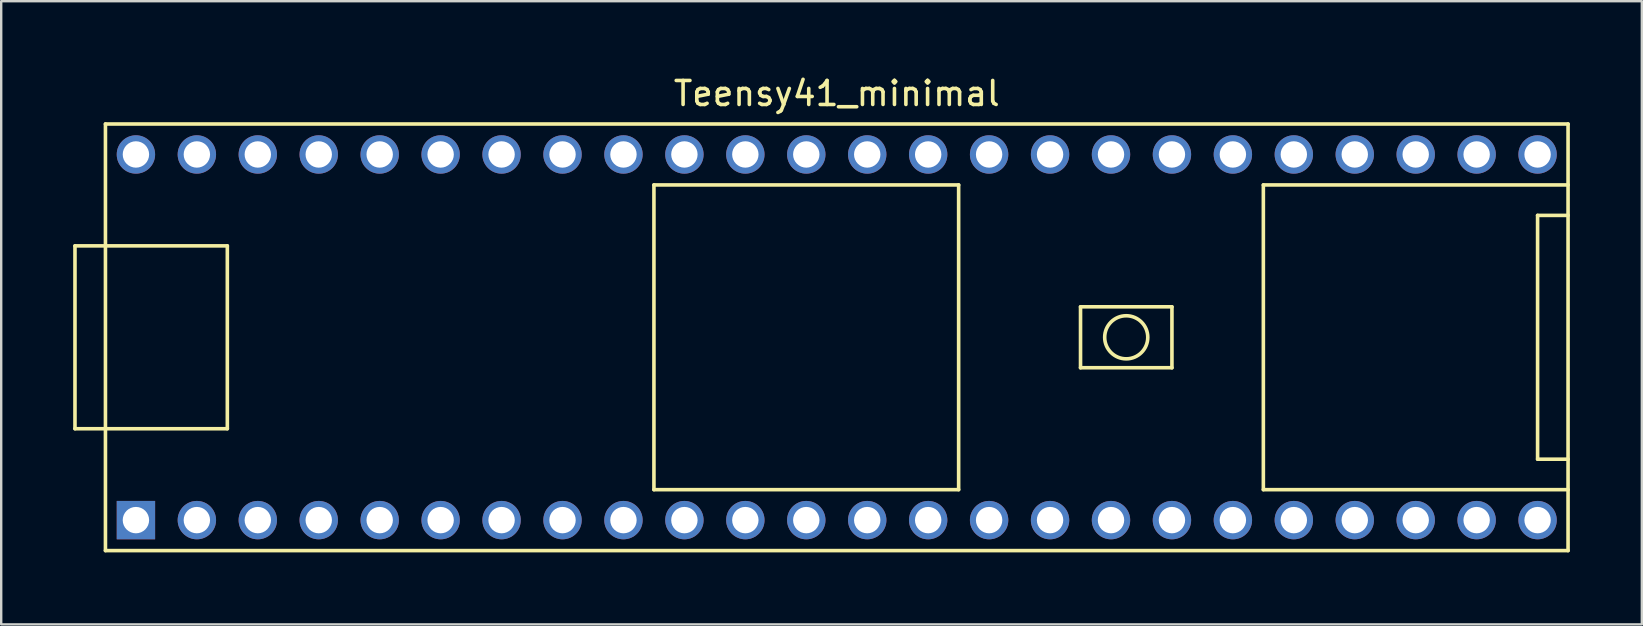
<source format=kicad_pcb>
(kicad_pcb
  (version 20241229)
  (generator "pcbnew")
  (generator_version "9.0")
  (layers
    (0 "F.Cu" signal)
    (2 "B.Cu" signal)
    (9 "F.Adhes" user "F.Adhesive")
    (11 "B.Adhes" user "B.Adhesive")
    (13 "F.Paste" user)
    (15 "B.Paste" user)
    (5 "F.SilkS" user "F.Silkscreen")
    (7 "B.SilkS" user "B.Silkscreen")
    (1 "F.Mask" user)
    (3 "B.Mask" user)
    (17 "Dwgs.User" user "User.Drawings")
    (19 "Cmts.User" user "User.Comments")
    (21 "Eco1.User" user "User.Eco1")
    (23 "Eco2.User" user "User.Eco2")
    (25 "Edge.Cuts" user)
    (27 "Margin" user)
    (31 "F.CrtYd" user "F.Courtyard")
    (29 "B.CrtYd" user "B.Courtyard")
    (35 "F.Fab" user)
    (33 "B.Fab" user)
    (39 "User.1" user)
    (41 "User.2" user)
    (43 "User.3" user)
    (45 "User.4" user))
  (footprint "Teensy41_minimal"
    (layer "F.Cu")
    (at 31.825 11.008)
    (property "Reference" "Teensy41_minimal" (at 0 -10.16 0) (layer "F.SilkS") (effects (font (size 1 1) (thickness 0.15))))
    (attr through_hole)
    (fp_line (start -31.75 -3.81) (end -30.48 -3.81) (stroke (width 0.15) (type solid)) (layer "F.SilkS"))
    (fp_line (start -31.75 3.81) (end -31.75 -3.81) (stroke (width 0.15) (type solid)) (layer "F.SilkS"))
    (fp_line (start -30.48 -8.89) (end 30.48 -8.89) (stroke (width 0.15) (type solid)) (layer "F.SilkS"))
    (fp_line (start -30.48 3.81) (end -31.75 3.81) (stroke (width 0.15) (type solid)) (layer "F.SilkS"))
    (fp_line (start -30.48 8.89) (end -30.48 -8.89) (stroke (width 0.15) (type solid)) (layer "F.SilkS"))
    (fp_line (start -25.4 -3.81) (end -30.48 -3.81) (stroke (width 0.15) (type solid)) (layer "F.SilkS"))
    (fp_line (start -25.4 3.81) (end -30.48 3.81) (stroke (width 0.15) (type solid)) (layer "F.SilkS"))
    (fp_line (start -25.4 3.81) (end -25.4 -3.81) (stroke (width 0.15) (type solid)) (layer "F.SilkS"))
    (fp_line (start -7.62 -6.35) (end -7.62 6.35) (stroke (width 0.15) (type solid)) (layer "F.SilkS"))
    (fp_line (start -7.62 6.35) (end 5.08 6.35) (stroke (width 0.15) (type solid)) (layer "F.SilkS"))
    (fp_line (start 5.08 -6.35) (end -7.62 -6.35) (stroke (width 0.15) (type solid)) (layer "F.SilkS"))
    (fp_line (start 5.08 6.35) (end 5.08 -6.35) (stroke (width 0.15) (type solid)) (layer "F.SilkS"))
    (fp_line (start 10.16 -1.27) (end 13.97 -1.27) (stroke (width 0.15) (type solid)) (layer "F.SilkS"))
    (fp_line (start 10.16 1.27) (end 10.16 -1.27) (stroke (width 0.15) (type solid)) (layer "F.SilkS"))
    (fp_line (start 13.97 -1.27) (end 13.97 1.27) (stroke (width 0.15) (type solid)) (layer "F.SilkS"))
    (fp_line (start 13.97 1.27) (end 10.16 1.27) (stroke (width 0.15) (type solid)) (layer "F.SilkS"))
    (fp_line (start 17.78 -6.35) (end 17.78 6.35) (stroke (width 0.15) (type solid)) (layer "F.SilkS"))
    (fp_line (start 17.78 6.35) (end 30.48 6.35) (stroke (width 0.15) (type solid)) (layer "F.SilkS"))
    (fp_line (start 29.21 -5.08) (end 29.21 5.08) (stroke (width 0.15) (type solid)) (layer "F.SilkS"))
    (fp_line (start 29.21 5.08) (end 30.48 5.08) (stroke (width 0.15) (type solid)) (layer "F.SilkS"))
    (fp_line (start 30.48 -8.89) (end 30.48 8.89) (stroke (width 0.15) (type solid)) (layer "F.SilkS"))
    (fp_line (start 30.48 -6.35) (end 17.78 -6.35) (stroke (width 0.15) (type solid)) (layer "F.SilkS"))
    (fp_line (start 30.48 -5.08) (end 29.21 -5.08) (stroke (width 0.15) (type solid)) (layer "F.SilkS"))
    (fp_line (start 30.48 8.89) (end -30.48 8.89) (stroke (width 0.15) (type solid)) (layer "F.SilkS"))
    (fp_circle (center 12.065 0) (end 12.7 -0.635) (stroke (width 0.15) (type solid)) (fill no) (layer "F.SilkS"))
    (pad "1" thru_hole rect (at -29.21 7.62) (size 1.6 1.6) (drill 1.1) (layers "*.Cu" "*.Mask"))
    (pad "2" thru_hole circle (at -26.67 7.62) (size 1.6 1.6) (drill 1.1) (layers "*.Cu" "*.Mask"))
    (pad "3" thru_hole circle (at -24.13 7.62) (size 1.6 1.6) (drill 1.1) (layers "*.Cu" "*.Mask"))
    (pad "4" thru_hole circle (at -21.59 7.62) (size 1.6 1.6) (drill 1.1) (layers "*.Cu" "*.Mask"))
    (pad "5" thru_hole circle (at -19.05 7.62) (size 1.6 1.6) (drill 1.1) (layers "*.Cu" "*.Mask"))
    (pad "6" thru_hole circle (at -16.51 7.62) (size 1.6 1.6) (drill 1.1) (layers "*.Cu" "*.Mask"))
    (pad "7" thru_hole circle (at -13.97 7.62) (size 1.6 1.6) (drill 1.1) (layers "*.Cu" "*.Mask"))
    (pad "8" thru_hole circle (at -11.43 7.62) (size 1.6 1.6) (drill 1.1) (layers "*.Cu" "*.Mask"))
    (pad "9" thru_hole circle (at -8.89 7.62) (size 1.6 1.6) (drill 1.1) (layers "*.Cu" "*.Mask"))
    (pad "10" thru_hole circle (at -6.35 7.62) (size 1.6 1.6) (drill 1.1) (layers "*.Cu" "*.Mask"))
    (pad "11" thru_hole circle (at -3.81 7.62) (size 1.6 1.6) (drill 1.1) (layers "*.Cu" "*.Mask"))
    (pad "12" thru_hole circle (at -1.27 7.62) (size 1.6 1.6) (drill 1.1) (layers "*.Cu" "*.Mask"))
    (pad "13" thru_hole circle (at 1.27 7.62) (size 1.6 1.6) (drill 1.1) (layers "*.Cu" "*.Mask"))
    (pad "14" thru_hole circle (at 3.81 7.62) (size 1.6 1.6) (drill 1.1) (layers "*.Cu" "*.Mask"))
    (pad "15" thru_hole circle (at 6.35 7.62) (size 1.6 1.6) (drill 1.1) (layers "*.Cu" "*.Mask"))
    (pad "16" thru_hole circle (at 8.89 7.62) (size 1.6 1.6) (drill 1.1) (layers "*.Cu" "*.Mask"))
    (pad "17" thru_hole circle (at 11.43 7.62) (size 1.6 1.6) (drill 1.1) (layers "*.Cu" "*.Mask"))
    (pad "18" thru_hole circle (at 13.97 7.62) (size 1.6 1.6) (drill 1.1) (layers "*.Cu" "*.Mask"))
    (pad "19" thru_hole circle (at 16.51 7.62) (size 1.6 1.6) (drill 1.1) (layers "*.Cu" "*.Mask"))
    (pad "20" thru_hole circle (at 19.05 7.62) (size 1.6 1.6) (drill 1.1) (layers "*.Cu" "*.Mask"))
    (pad "21" thru_hole circle (at 21.59 7.62) (size 1.6 1.6) (drill 1.1) (layers "*.Cu" "*.Mask"))
    (pad "22" thru_hole circle (at 24.13 7.62) (size 1.6 1.6) (drill 1.1) (layers "*.Cu" "*.Mask"))
    (pad "23" thru_hole circle (at 26.67 7.62) (size 1.6 1.6) (drill 1.1) (layers "*.Cu" "*.Mask"))
    (pad "24" thru_hole circle (at 29.21 7.62) (size 1.6 1.6) (drill 1.1) (layers "*.Cu" "*.Mask"))
    (pad "25" thru_hole circle (at 29.21 -7.62) (size 1.6 1.6) (drill 1.1) (layers "*.Cu" "*.Mask"))
    (pad "26" thru_hole circle (at 26.67 -7.62) (size 1.6 1.6) (drill 1.1) (layers "*.Cu" "*.Mask"))
    (pad "27" thru_hole circle (at 24.13 -7.62) (size 1.6 1.6) (drill 1.1) (layers "*.Cu" "*.Mask"))
    (pad "28" thru_hole circle (at 21.59 -7.62) (size 1.6 1.6) (drill 1.1) (layers "*.Cu" "*.Mask"))
    (pad "29" thru_hole circle (at 19.05 -7.62) (size 1.6 1.6) (drill 1.1) (layers "*.Cu" "*.Mask"))
    (pad "30" thru_hole circle (at 16.51 -7.62) (size 1.6 1.6) (drill 1.1) (layers "*.Cu" "*.Mask"))
    (pad "31" thru_hole circle (at 13.97 -7.62) (size 1.6 1.6) (drill 1.1) (layers "*.Cu" "*.Mask"))
    (pad "32" thru_hole circle (at 11.43 -7.62) (size 1.6 1.6) (drill 1.1) (layers "*.Cu" "*.Mask"))
    (pad "33" thru_hole circle (at 8.89 -7.62) (size 1.6 1.6) (drill 1.1) (layers "*.Cu" "*.Mask"))
    (pad "34" thru_hole circle (at 6.35 -7.62) (size 1.6 1.6) (drill 1.1) (layers "*.Cu" "*.Mask"))
    (pad "35" thru_hole circle (at 3.81 -7.62) (size 1.6 1.6) (drill 1.1) (layers "*.Cu" "*.Mask"))
    (pad "36" thru_hole circle (at 1.27 -7.62) (size 1.6 1.6) (drill 1.1) (layers "*.Cu" "*.Mask"))
    (pad "37" thru_hole circle (at -1.27 -7.62) (size 1.6 1.6) (drill 1.1) (layers "*.Cu" "*.Mask"))
    (pad "38" thru_hole circle (at -3.81 -7.62) (size 1.6 1.6) (drill 1.1) (layers "*.Cu" "*.Mask"))
    (pad "39" thru_hole circle (at -6.35 -7.62) (size 1.6 1.6) (drill 1.1) (layers "*.Cu" "*.Mask"))
    (pad "40" thru_hole circle (at -8.89 -7.62) (size 1.6 1.6) (drill 1.1) (layers "*.Cu" "*.Mask"))
    (pad "41" thru_hole circle (at -11.43 -7.62) (size 1.6 1.6) (drill 1.1) (layers "*.Cu" "*.Mask"))
    (pad "42" thru_hole circle (at -13.97 -7.62) (size 1.6 1.6) (drill 1.1) (layers "*.Cu" "*.Mask"))
    (pad "43" thru_hole circle (at -16.51 -7.62) (size 1.6 1.6) (drill 1.1) (layers "*.Cu" "*.Mask"))
    (pad "44" thru_hole circle (at -19.05 -7.62) (size 1.6 1.6) (drill 1.1) (layers "*.Cu" "*.Mask"))
    (pad "45" thru_hole circle (at -21.59 -7.62) (size 1.6 1.6) (drill 1.1) (layers "*.Cu" "*.Mask"))
    (pad "46" thru_hole circle (at -24.13 -7.62) (size 1.6 1.6) (drill 1.1) (layers "*.Cu" "*.Mask"))
    (pad "47" thru_hole circle (at -26.67 -7.62) (size 1.6 1.6) (drill 1.1) (layers "*.Cu" "*.Mask"))
    (pad "48" thru_hole circle (at -29.21 -7.62) (size 1.6 1.6) (drill 1.1) (layers "*.Cu" "*.Mask")))
  (gr_rect
    (start -3 -3)
    (end 65.38 22.973)
    (stroke (width 0.1) (type default))
    (fill no)
    (layer "Edge.Cuts")))
</source>
